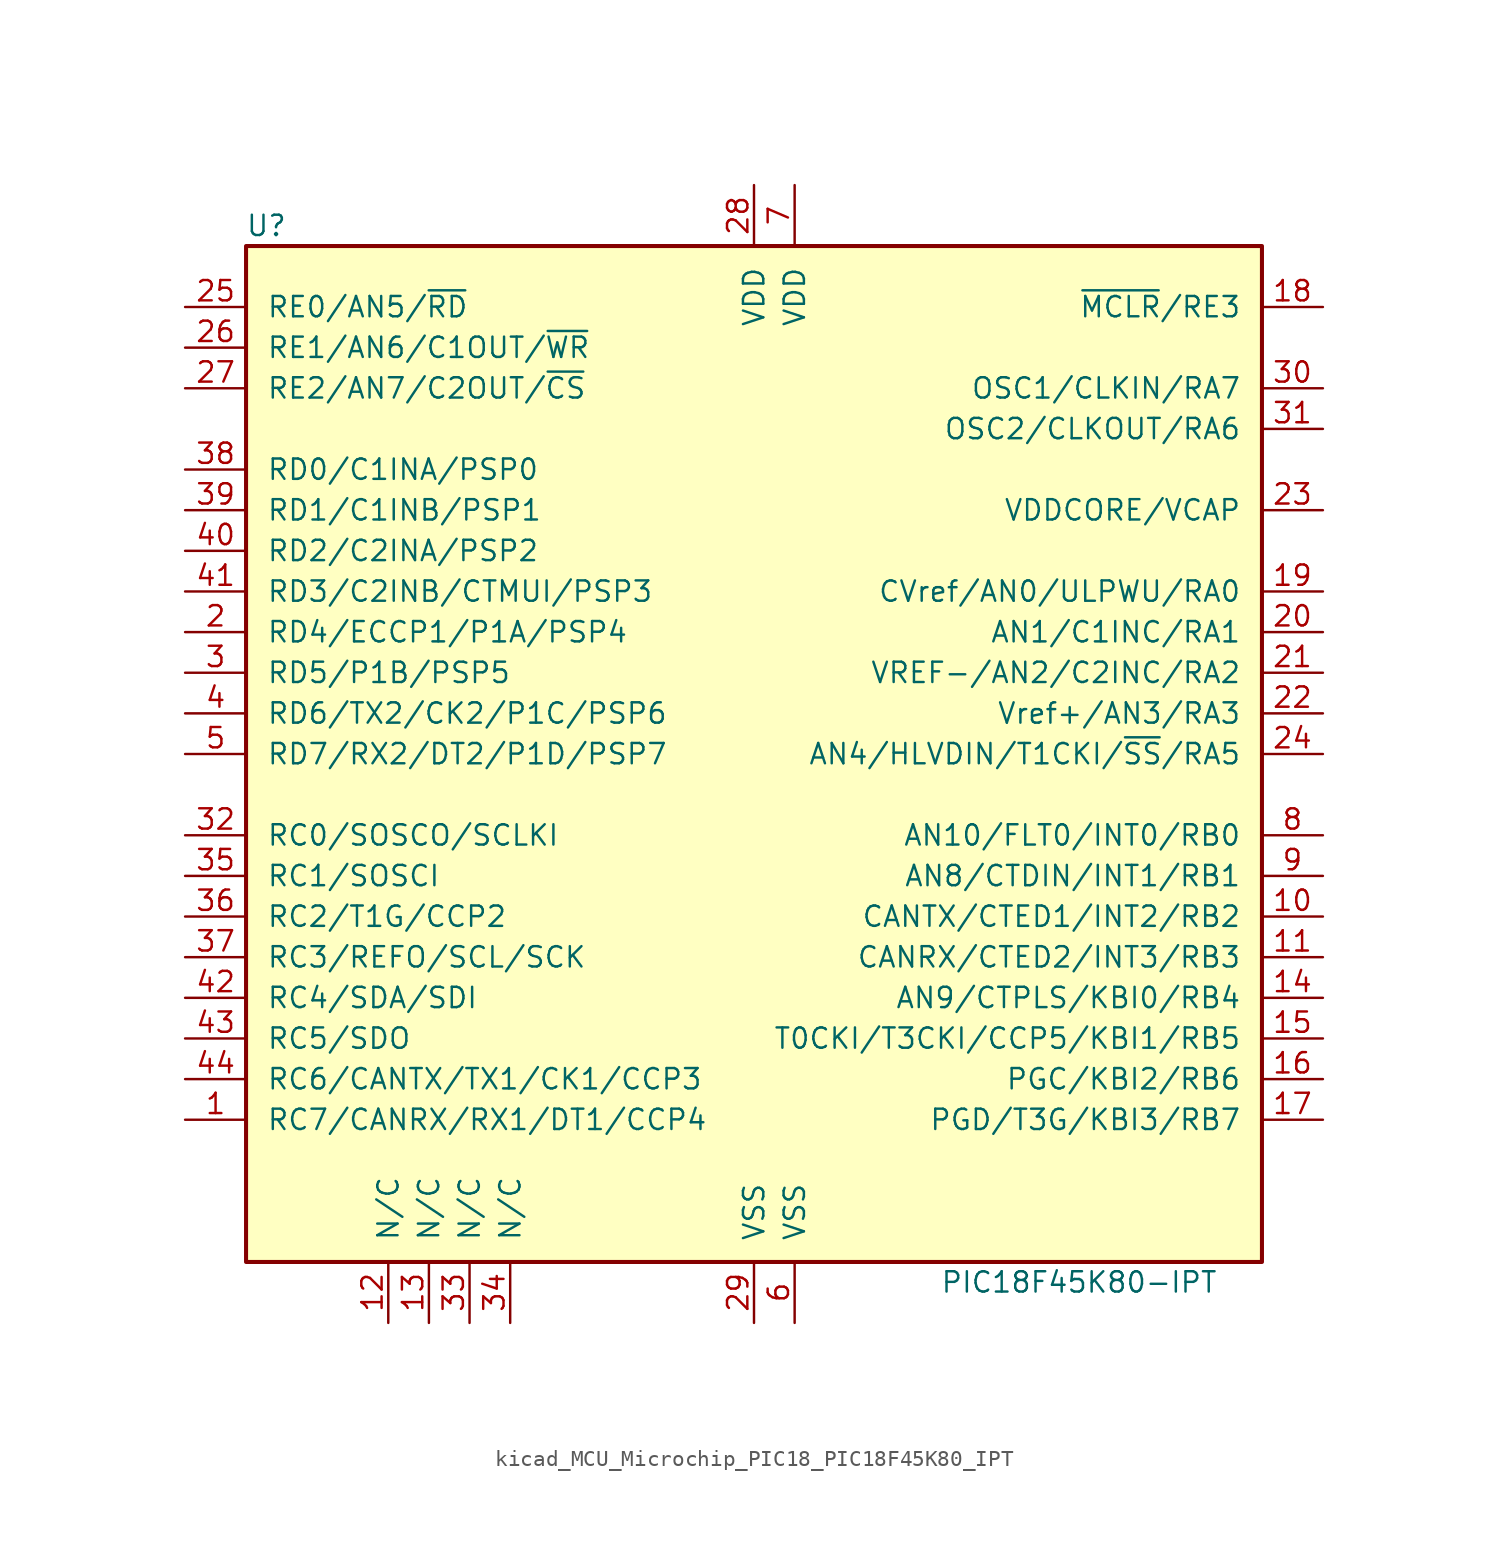
<source format=kicad_sym>
(kicad_symbol_lib
  (version 20220914)
  (generator kicad_symbol_editor)
  (symbol "kicad_MCU_Microchip_PIC18_PIC18F45K80_IPT"
    (pin_names
      (offset 1.27))
    (property "Reference" "U"
      (at -30.48 33.02 0)
      (effects (font (size 1.27 1.27))))
    (property "Value" "PIC18F45K80-IPT"
      (at 20.32 -33.02 0)
      (effects (font (size 1.27 1.27))))
    (symbol "kicad_MCU_Microchip_PIC18_PIC18F45K80_IPT_0_1"
      (rectangle (start -31.75 31.75) (end 31.75 -31.75) (stroke (width 0.254) (type default)) (fill (type background))))
    (symbol "kicad_MCU_Microchip_PIC18_PIC18F45K80_IPT_1_1"
      (pin bidirectional line (at -35.56 -22.86 0) (length 3.81) (name "RC7/CANRX/RX1/DT1/CCP4" (effects (font (size 1.27 1.27)))) (number "1" (effects (font (size 1.27 1.27)))))
      (pin bidirectional line (at 35.56 -10.16 180) (length 3.81) (name "CANTX/CTED1/INT2/RB2" (effects (font (size 1.27 1.27)))) (number "10" (effects (font (size 1.27 1.27)))))
      (pin bidirectional line (at 35.56 -12.7 180) (length 3.81) (name "CANRX/CTED2/INT3/RB3" (effects (font (size 1.27 1.27)))) (number "11" (effects (font (size 1.27 1.27)))))
      (pin bidirectional line (at -22.86 -35.56 90) (length 3.81) (name "N/C" (effects (font (size 1.27 1.27)))) (number "12" (effects (font (size 1.27 1.27)))))
      (pin bidirectional line (at -20.32 -35.56 90) (length 3.81) (name "N/C" (effects (font (size 1.27 1.27)))) (number "13" (effects (font (size 1.27 1.27)))))
      (pin bidirectional line (at 35.56 -15.24 180) (length 3.81) (name "AN9/CTPLS/KBI0/RB4" (effects (font (size 1.27 1.27)))) (number "14" (effects (font (size 1.27 1.27)))))
      (pin bidirectional line (at 35.56 -17.78 180) (length 3.81) (name "T0CKI/T3CKI/CCP5/KBI1/RB5" (effects (font (size 1.27 1.27)))) (number "15" (effects (font (size 1.27 1.27)))))
      (pin bidirectional line (at 35.56 -20.32 180) (length 3.81) (name "PGC/KBI2/RB6" (effects (font (size 1.27 1.27)))) (number "16" (effects (font (size 1.27 1.27)))))
      (pin bidirectional line (at 35.56 -22.86 180) (length 3.81) (name "PGD/T3G/KBI3/RB7" (effects (font (size 1.27 1.27)))) (number "17" (effects (font (size 1.27 1.27)))))
      (pin input line (at 35.56 27.94 180) (length 3.81) (name "~{MCLR}/RE3" (effects (font (size 1.27 1.27)))) (number "18" (effects (font (size 1.27 1.27)))))
      (pin bidirectional line (at 35.56 10.16 180) (length 3.81) (name "CVref/AN0/ULPWU/RA0" (effects (font (size 1.27 1.27)))) (number "19" (effects (font (size 1.27 1.27)))))
      (pin bidirectional line (at -35.56 7.62 0) (length 3.81) (name "RD4/ECCP1/P1A/PSP4" (effects (font (size 1.27 1.27)))) (number "2" (effects (font (size 1.27 1.27)))))
      (pin bidirectional line (at 35.56 7.62 180) (length 3.81) (name "AN1/C1INC/RA1" (effects (font (size 1.27 1.27)))) (number "20" (effects (font (size 1.27 1.27)))))
      (pin bidirectional line (at 35.56 5.08 180) (length 3.81) (name "VREF-/AN2/C2INC/RA2" (effects (font (size 1.27 1.27)))) (number "21" (effects (font (size 1.27 1.27)))))
      (pin bidirectional line (at 35.56 2.54 180) (length 3.81) (name "Vref+/AN3/RA3" (effects (font (size 1.27 1.27)))) (number "22" (effects (font (size 1.27 1.27)))))
      (pin passive line (at 35.56 15.24 180) (length 3.81) (name "VDDCORE/VCAP" (effects (font (size 1.27 1.27)))) (number "23" (effects (font (size 1.27 1.27)))))
      (pin bidirectional line (at 35.56 0 180) (length 3.81) (name "AN4/HLVDIN/T1CKI/~{SS}/RA5" (effects (font (size 1.27 1.27)))) (number "24" (effects (font (size 1.27 1.27)))))
      (pin bidirectional line (at -35.56 27.94 0) (length 3.81) (name "RE0/AN5/~{RD}" (effects (font (size 1.27 1.27)))) (number "25" (effects (font (size 1.27 1.27)))))
      (pin bidirectional line (at -35.56 25.4 0) (length 3.81) (name "RE1/AN6/C1OUT/~{WR}" (effects (font (size 1.27 1.27)))) (number "26" (effects (font (size 1.27 1.27)))))
      (pin power_in line (at -35.56 22.86 0) (length 3.81) (name "RE2/AN7/C2OUT/~{CS}" (effects (font (size 1.27 1.27)))) (number "27" (effects (font (size 1.27 1.27)))))
      (pin power_in line (at 0 35.56 270) (length 3.81) (name "VDD" (effects (font (size 1.27 1.27)))) (number "28" (effects (font (size 1.27 1.27)))))
      (pin power_in line (at 0 -35.56 90) (length 3.81) (name "VSS" (effects (font (size 1.27 1.27)))) (number "29" (effects (font (size 1.27 1.27)))))
      (pin bidirectional line (at -35.56 5.08 0) (length 3.81) (name "RD5/P1B/PSP5" (effects (font (size 1.27 1.27)))) (number "3" (effects (font (size 1.27 1.27)))))
      (pin input line (at 35.56 22.86 180) (length 3.81) (name "OSC1/CLKIN/RA7" (effects (font (size 1.27 1.27)))) (number "30" (effects (font (size 1.27 1.27)))))
      (pin output line (at 35.56 20.32 180) (length 3.81) (name "OSC2/CLKOUT/RA6" (effects (font (size 1.27 1.27)))) (number "31" (effects (font (size 1.27 1.27)))))
      (pin bidirectional line (at -35.56 -5.08 0) (length 3.81) (name "RC0/SOSCO/SCLKI" (effects (font (size 1.27 1.27)))) (number "32" (effects (font (size 1.27 1.27)))))
      (pin bidirectional line (at -17.78 -35.56 90) (length 3.81) (name "N/C" (effects (font (size 1.27 1.27)))) (number "33" (effects (font (size 1.27 1.27)))))
      (pin bidirectional line (at -15.24 -35.56 90) (length 3.81) (name "N/C" (effects (font (size 1.27 1.27)))) (number "34" (effects (font (size 1.27 1.27)))))
      (pin bidirectional line (at -35.56 -7.62 0) (length 3.81) (name "RC1/SOSCI" (effects (font (size 1.27 1.27)))) (number "35" (effects (font (size 1.27 1.27)))))
      (pin bidirectional line (at -35.56 -10.16 0) (length 3.81) (name "RC2/T1G/CCP2" (effects (font (size 1.27 1.27)))) (number "36" (effects (font (size 1.27 1.27)))))
      (pin bidirectional line (at -35.56 -12.7 0) (length 3.81) (name "RC3/REFO/SCL/SCK" (effects (font (size 1.27 1.27)))) (number "37" (effects (font (size 1.27 1.27)))))
      (pin bidirectional line (at -35.56 17.78 0) (length 3.81) (name "RD0/C1INA/PSP0" (effects (font (size 1.27 1.27)))) (number "38" (effects (font (size 1.27 1.27)))))
      (pin bidirectional line (at -35.56 15.24 0) (length 3.81) (name "RD1/C1INB/PSP1" (effects (font (size 1.27 1.27)))) (number "39" (effects (font (size 1.27 1.27)))))
      (pin bidirectional line (at -35.56 2.54 0) (length 3.81) (name "RD6/TX2/CK2/P1C/PSP6" (effects (font (size 1.27 1.27)))) (number "4" (effects (font (size 1.27 1.27)))))
      (pin bidirectional line (at -35.56 12.7 0) (length 3.81) (name "RD2/C2INA/PSP2" (effects (font (size 1.27 1.27)))) (number "40" (effects (font (size 1.27 1.27)))))
      (pin bidirectional line (at -35.56 10.16 0) (length 3.81) (name "RD3/C2INB/CTMUI/PSP3" (effects (font (size 1.27 1.27)))) (number "41" (effects (font (size 1.27 1.27)))))
      (pin bidirectional line (at -35.56 -15.24 0) (length 3.81) (name "RC4/SDA/SDI" (effects (font (size 1.27 1.27)))) (number "42" (effects (font (size 1.27 1.27)))))
      (pin bidirectional line (at -35.56 -17.78 0) (length 3.81) (name "RC5/SDO" (effects (font (size 1.27 1.27)))) (number "43" (effects (font (size 1.27 1.27)))))
      (pin bidirectional line (at -35.56 -20.32 0) (length 3.81) (name "RC6/CANTX/TX1/CK1/CCP3" (effects (font (size 1.27 1.27)))) (number "44" (effects (font (size 1.27 1.27)))))
      (pin bidirectional line (at -35.56 0 0) (length 3.81) (name "RD7/RX2/DT2/P1D/PSP7" (effects (font (size 1.27 1.27)))) (number "5" (effects (font (size 1.27 1.27)))))
      (pin power_in line (at 2.54 -35.56 90) (length 3.81) (name "VSS" (effects (font (size 1.27 1.27)))) (number "6" (effects (font (size 1.27 1.27)))))
      (pin power_in line (at 2.54 35.56 270) (length 3.81) (name "VDD" (effects (font (size 1.27 1.27)))) (number "7" (effects (font (size 1.27 1.27)))))
      (pin bidirectional line (at 35.56 -5.08 180) (length 3.81) (name "AN10/FLT0/INT0/RB0" (effects (font (size 1.27 1.27)))) (number "8" (effects (font (size 1.27 1.27)))))
      (pin bidirectional line (at 35.56 -7.62 180) (length 3.81) (name "AN8/CTDIN/INT1/RB1" (effects (font (size 1.27 1.27)))) (number "9" (effects (font (size 1.27 1.27))))))))
</source>
